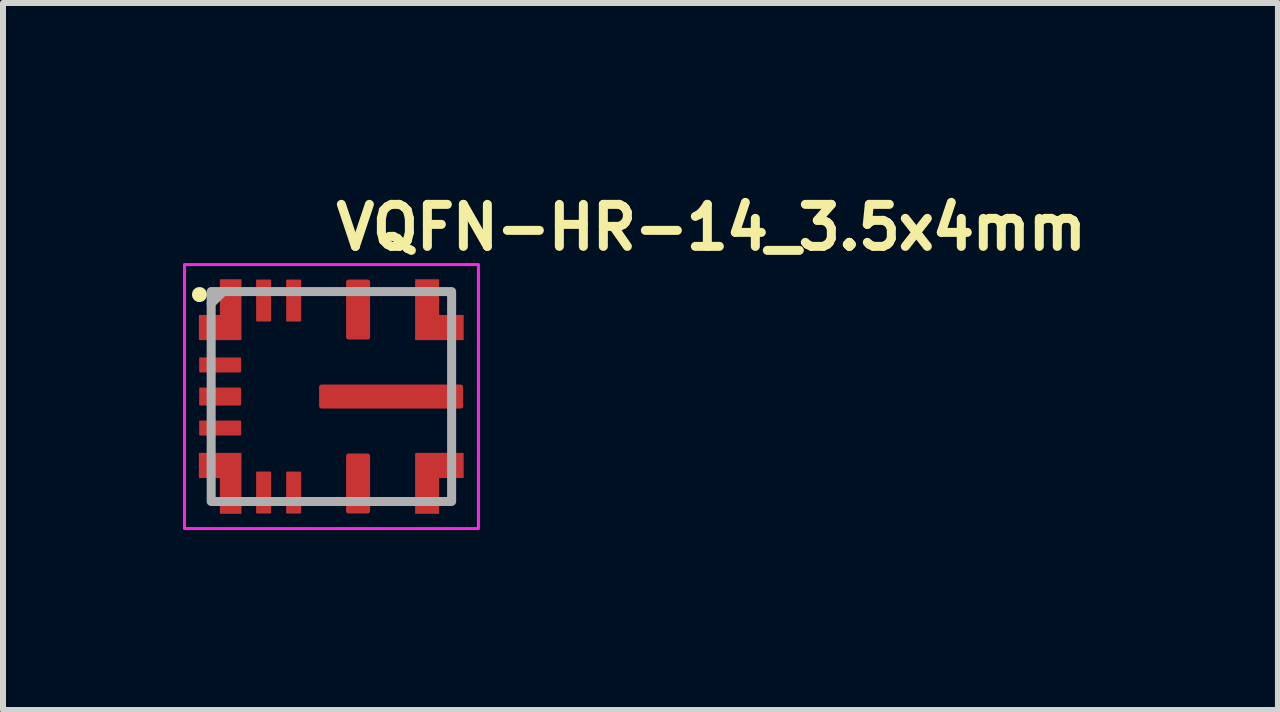
<source format=kicad_pcb>
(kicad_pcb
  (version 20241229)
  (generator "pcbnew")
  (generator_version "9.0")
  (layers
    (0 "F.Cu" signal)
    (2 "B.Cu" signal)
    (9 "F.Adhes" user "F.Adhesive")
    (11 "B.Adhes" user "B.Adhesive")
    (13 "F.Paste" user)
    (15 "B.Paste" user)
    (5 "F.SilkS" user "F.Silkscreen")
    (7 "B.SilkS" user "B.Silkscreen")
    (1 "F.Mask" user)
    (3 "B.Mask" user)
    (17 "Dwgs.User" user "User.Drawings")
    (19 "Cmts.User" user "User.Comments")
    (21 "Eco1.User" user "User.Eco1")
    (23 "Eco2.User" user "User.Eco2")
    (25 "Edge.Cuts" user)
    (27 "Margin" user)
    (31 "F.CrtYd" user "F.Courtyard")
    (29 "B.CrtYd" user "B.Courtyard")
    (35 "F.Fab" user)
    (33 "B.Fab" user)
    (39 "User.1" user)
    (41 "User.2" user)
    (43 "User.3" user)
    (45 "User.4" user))
  (footprint "VQFN-HR-14_3.5x4mm"
    (layer "F.Cu")
    (at 2.475 3.56)
    (property "Reference" "VQFN-HR-14_3.5x4mm" (at 0 -2.41 0) (layer "F.SilkS") (effects (font (size 0.7 0.7) (thickness 0.15)) (justify left bottom)))
    (attr smd)
    (fp_circle (center -2.2 -1.7) (end -2.15 -1.7) (stroke (width 0.15) (type solid)) (fill yes) (layer "F.SilkS"))
    (fp_rect (start -0.136 -0.124) (end 0.804 0.13) (stroke (width 0.12) (type solid)) (fill yes) (layer "F.Paste"))
    (fp_rect (start 1.175 -0.127) (end 2.113 0.125) (stroke (width 0.12) (type solid)) (fill yes) (layer "F.Paste"))
    (fp_rect (start -2.45 -2.2) (end 2.45 2.2) (stroke (width 0.05) (type solid)) (fill no) (layer "F.CrtYd"))
    (fp_line (start -1.805 -1.75) (end -2.005 -1.551) (stroke (width 0.15) (type solid)) (layer "F.Fab"))
    (fp_rect (start 2.003 -1.75) (end -2.005 1.749) (stroke (width 0.15) (type solid)) (fill no) (layer "F.Fab"))
    (fp_rect (start -2.005 -1.75) (end 1.995 1.749) (stroke (width 0.1) (type solid)) (fill no) (layer "User.5"))
    (fp_rect (start 2.003 -1.75) (end -2.005 1.749) (stroke (width 0.1) (type solid)) (fill no) (layer "User.5"))
    (fp_line (start -2.005 -1.75) (end -2.005 1.749) (stroke (width 0.02) (type solid)) (layer "User.9"))
    (fp_line (start -2.005 1.749) (end 1.995 1.749) (stroke (width 0.02) (type solid)) (layer "User.9"))
    (fp_line (start 1.995 -1.75) (end -2.005 -1.75) (stroke (width 0.02) (type solid)) (layer "User.9"))
    (fp_line (start 1.995 1.749) (end 1.995 -1.75) (stroke (width 0.02) (type solid)) (layer "User.9"))
    (pad "1" smd custom (at -1.68 -1.45) (size 0.36 1.01) (layers "F.Cu" "F.Mask" "F.Paste") (options (anchor rect)) (primitives (gr_poly (pts (xy 0.17 0.5) (xy -0.52 0.5) (xy -0.52 0.1) (xy 0.17 0.1)) (width 0.02) (fill yes))))
    (pad "2" smd roundrect (at -1.855 -0.527) (size 0.7 0.25) (layers "F.Cu" "F.Mask" "F.Paste") (roundrect_rratio 0.06))
    (pad "3" smd roundrect (at -1.855 0) (size 0.7 0.3) (layers "F.Cu" "F.Mask" "F.Paste") (roundrect_rratio 0.07))
    (pad "4" smd roundrect (at -1.855 0.525) (size 0.7 0.25) (layers "F.Cu" "F.Mask" "F.Paste") (roundrect_rratio 0.06))
    (pad "5" smd custom (at -1.68 1.449 180) (size 0.36 1.01) (layers "F.Cu" "F.Mask" "F.Paste") (options (anchor rect)) (primitives (gr_poly (pts (xy -0.17 0.5) (xy 0.52 0.5) (xy 0.52 0.1) (xy -0.17 0.1)) (width 0.02) (fill yes))))
    (pad "6" smd roundrect (at -1.131 1.6 90) (size 0.7 0.25) (layers "F.Cu" "F.Mask" "F.Paste") (roundrect_rratio 0.06))
    (pad "7" smd roundrect (at -0.63 1.6 90) (size 0.7 0.25) (layers "F.Cu" "F.Mask" "F.Paste") (roundrect_rratio 0.06))
    (pad "8" smd roundrect (at 0.444 1.449 90) (size 1 0.4) (layers "F.Cu" "F.Mask" "F.Paste") (roundrect_rratio 0.1))
    (pad "9" smd custom (at 1.594 1.449 180) (size 0.4 1.01) (layers "F.Cu" "F.Mask" "F.Paste") (options (anchor rect)) (primitives (gr_poly (pts (xy 0.17 0.5) (xy -0.6 0.5) (xy -0.6 0.1) (xy 0.17 0.1)) (width 0.02) (fill yes))))
    (pad "10" smd roundrect (at 0.994 0) (size 2.4 0.4) (layers "F.Cu" "F.Mask") (roundrect_rratio 0.1))
    (pad "11" smd custom (at 1.594 -1.45) (size 0.4 1.01) (layers "F.Cu" "F.Mask" "F.Paste") (options (anchor rect)) (primitives (gr_poly (pts (xy -0.17 0.5) (xy 0.6 0.5) (xy 0.6 0.1) (xy -0.17 0.1)) (width 0.02) (fill yes))))
    (pad "12" smd roundrect (at 0.444 -1.45 90) (size 1 0.4) (layers "F.Cu" "F.Mask" "F.Paste") (roundrect_rratio 0.1))
    (pad "13" smd roundrect (at -0.63 -1.601 90) (size 0.7 0.25) (layers "F.Cu" "F.Mask" "F.Paste") (roundrect_rratio 0.06))
    (pad "14" smd roundrect (at -1.131 -1.601 90) (size 0.7 0.25) (layers "F.Cu" "F.Mask" "F.Paste") (roundrect_rratio 0.06)))
  (gr_rect
    (start -3 -3)
    (end 18.252 8.785)
    (stroke (width 0.1) (type default))
    (fill no)
    (layer "Edge.Cuts")))
</source>
